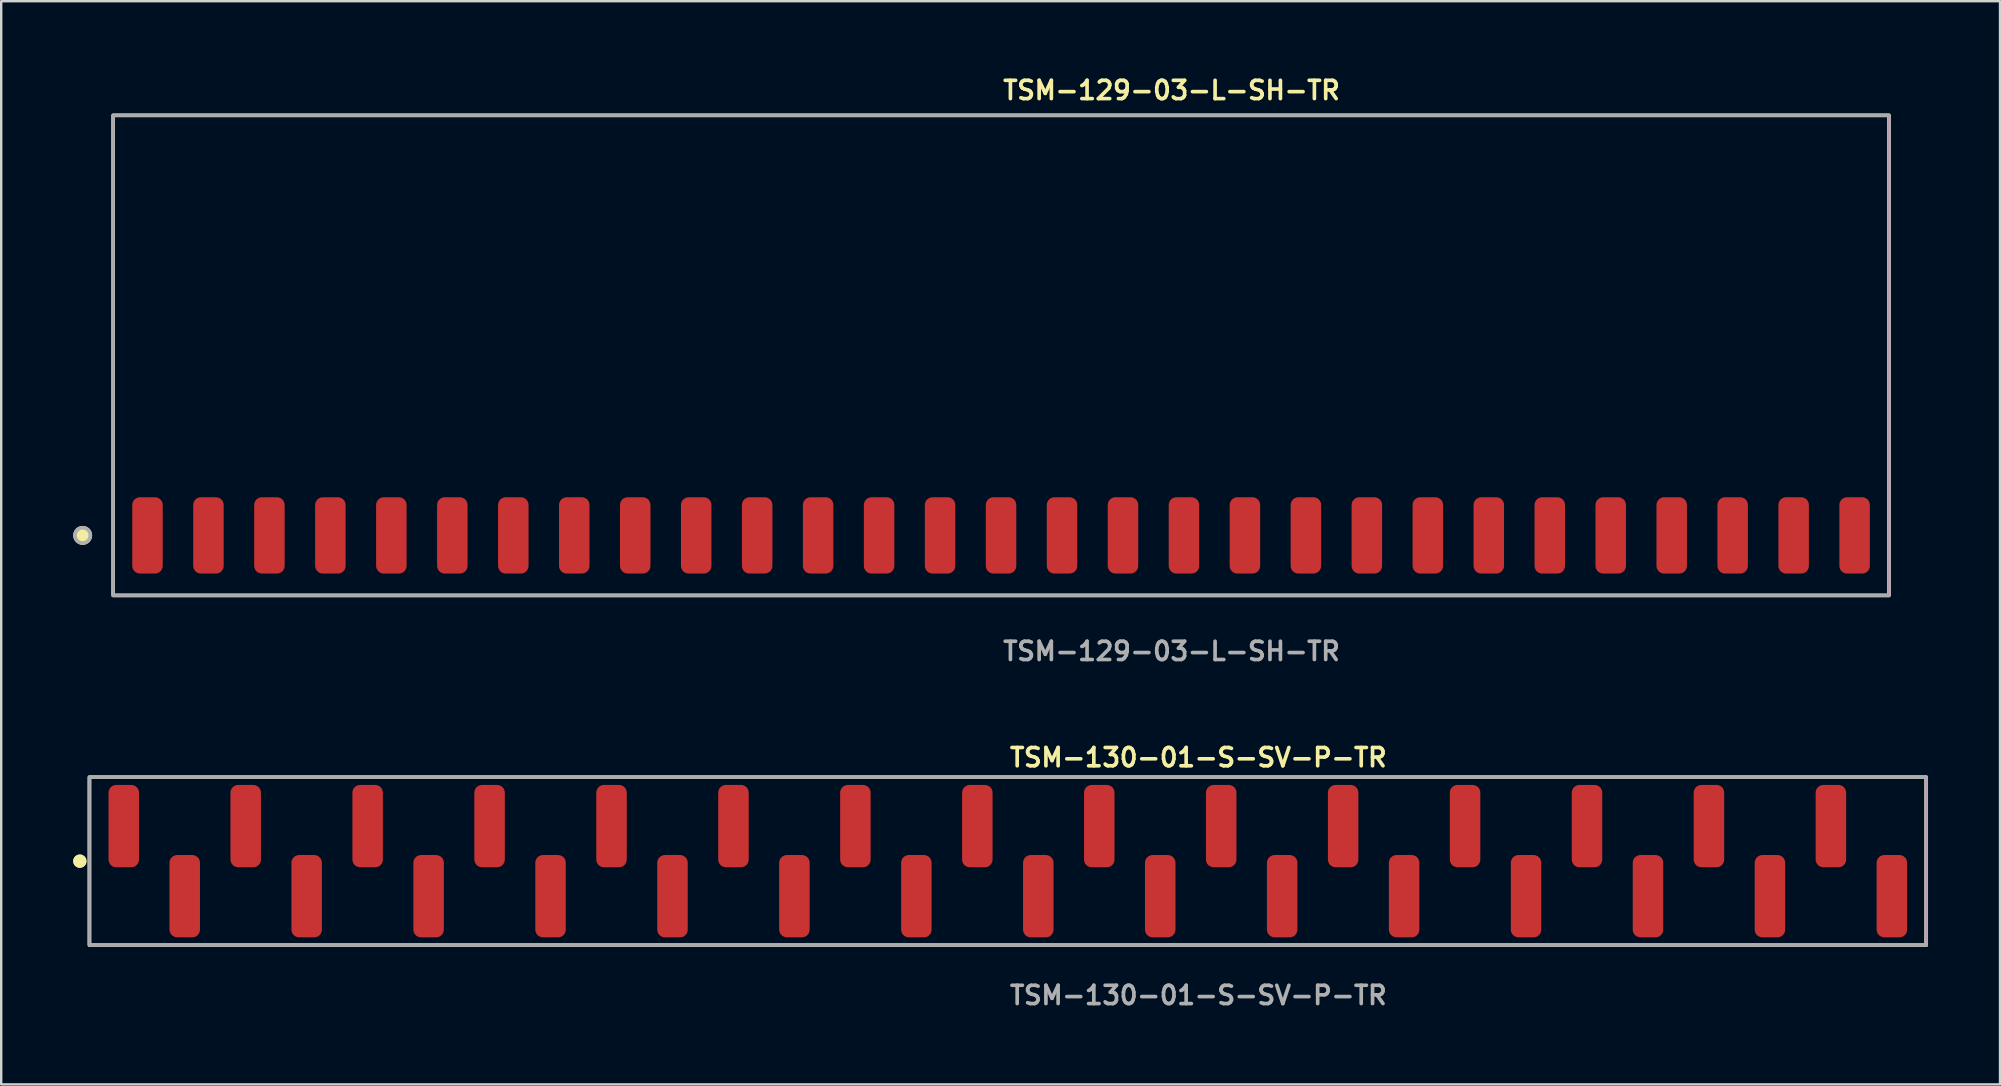
<source format=kicad_pcb>
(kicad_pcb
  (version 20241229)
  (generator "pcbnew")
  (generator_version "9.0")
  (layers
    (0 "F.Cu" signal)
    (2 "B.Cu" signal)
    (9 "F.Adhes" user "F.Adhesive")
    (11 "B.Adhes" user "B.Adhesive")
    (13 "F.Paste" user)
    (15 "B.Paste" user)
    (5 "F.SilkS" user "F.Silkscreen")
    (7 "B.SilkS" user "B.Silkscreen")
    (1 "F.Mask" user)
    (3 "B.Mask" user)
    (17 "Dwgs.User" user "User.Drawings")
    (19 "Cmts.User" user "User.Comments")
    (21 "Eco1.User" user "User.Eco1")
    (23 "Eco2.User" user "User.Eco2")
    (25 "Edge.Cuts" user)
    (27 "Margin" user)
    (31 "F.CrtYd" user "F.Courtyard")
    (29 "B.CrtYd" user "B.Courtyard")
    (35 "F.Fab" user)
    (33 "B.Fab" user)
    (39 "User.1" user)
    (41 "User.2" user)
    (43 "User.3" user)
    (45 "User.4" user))
  (footprint "TSM-130-01-S-SV-P-TR"
    (layer "F.Cu")
    (at 38.936 32.826)
    (property "Reference" "TSM-130-01-S-SV-P-TR" (at 0 -4.318 0) (unlocked yes) (layer "F.SilkS") (effects (font (size 0.762 0.762) (thickness 0.152)) (justify left)))
    (fp_rect (start -38.26 3.5) (end 38.26 -3.5) (stroke (width 0.152) (type solid)) (fill no) (layer "F.SilkS"))
    (fp_circle (center -38.66 0) (end -38.86 0) (stroke (width 0.152) (type solid)) (fill yes) (layer "F.SilkS"))
    (fp_circle (center -38.66 0) (end -38.86 0) (stroke (width 0.152) (type solid)) (fill yes) (layer "F.SilkS"))
    (fp_rect (start -38.26 3.5) (end 38.26 -3.5) (stroke (width 0.006) (type solid)) (fill no) (layer "F.CrtYd"))
    (fp_rect (start -38.26 3.5) (end 38.26 -3.5) (stroke (width 0.152) (type solid)) (fill no) (layer "F.Fab"))
    (fp_text user "${REFERENCE}" (at 0 5.588 0) (unlocked yes) (layer "F.Fab") (effects (font (size 0.762 0.762) (thickness 0.152)) (justify left)))
    (pad "1" smd roundrect (at -36.83 -1.46) (size 1.27 3.43) (layers "F.Cu" "F.Paste") (roundrect_rratio 0.25))
    (pad "2" smd roundrect (at -34.29 1.46) (size 1.27 3.43) (layers "F.Cu" "F.Paste") (roundrect_rratio 0.25))
    (pad "3" smd roundrect (at -31.75 -1.46) (size 1.27 3.43) (layers "F.Cu" "F.Paste") (roundrect_rratio 0.25))
    (pad "4" smd roundrect (at -29.21 1.46) (size 1.27 3.43) (layers "F.Cu" "F.Paste") (roundrect_rratio 0.25))
    (pad "5" smd roundrect (at -26.67 -1.46) (size 1.27 3.43) (layers "F.Cu" "F.Paste") (roundrect_rratio 0.25))
    (pad "6" smd roundrect (at -24.13 1.46) (size 1.27 3.43) (layers "F.Cu" "F.Paste") (roundrect_rratio 0.25))
    (pad "7" smd roundrect (at -21.59 -1.46) (size 1.27 3.43) (layers "F.Cu" "F.Paste") (roundrect_rratio 0.25))
    (pad "8" smd roundrect (at -19.05 1.46) (size 1.27 3.43) (layers "F.Cu" "F.Paste") (roundrect_rratio 0.25))
    (pad "9" smd roundrect (at -16.51 -1.46) (size 1.27 3.43) (layers "F.Cu" "F.Paste") (roundrect_rratio 0.25))
    (pad "10" smd roundrect (at -13.97 1.46) (size 1.27 3.43) (layers "F.Cu" "F.Paste") (roundrect_rratio 0.25))
    (pad "11" smd roundrect (at -11.43 -1.46) (size 1.27 3.43) (layers "F.Cu" "F.Paste") (roundrect_rratio 0.25))
    (pad "12" smd roundrect (at -8.89 1.46) (size 1.27 3.43) (layers "F.Cu" "F.Paste") (roundrect_rratio 0.25))
    (pad "13" smd roundrect (at -6.35 -1.46) (size 1.27 3.43) (layers "F.Cu" "F.Paste") (roundrect_rratio 0.25))
    (pad "14" smd roundrect (at -3.81 1.46) (size 1.27 3.43) (layers "F.Cu" "F.Paste") (roundrect_rratio 0.25))
    (pad "15" smd roundrect (at -1.27 -1.46) (size 1.27 3.43) (layers "F.Cu" "F.Paste") (roundrect_rratio 0.25))
    (pad "16" smd roundrect (at 1.27 1.46) (size 1.27 3.43) (layers "F.Cu" "F.Paste") (roundrect_rratio 0.25))
    (pad "17" smd roundrect (at 3.81 -1.46) (size 1.27 3.43) (layers "F.Cu" "F.Paste") (roundrect_rratio 0.25))
    (pad "18" smd roundrect (at 6.35 1.46) (size 1.27 3.43) (layers "F.Cu" "F.Paste") (roundrect_rratio 0.25))
    (pad "19" smd roundrect (at 8.89 -1.46) (size 1.27 3.43) (layers "F.Cu" "F.Paste") (roundrect_rratio 0.25))
    (pad "20" smd roundrect (at 11.43 1.46) (size 1.27 3.43) (layers "F.Cu" "F.Paste") (roundrect_rratio 0.25))
    (pad "21" smd roundrect (at 13.97 -1.46) (size 1.27 3.43) (layers "F.Cu" "F.Paste") (roundrect_rratio 0.25))
    (pad "22" smd roundrect (at 16.51 1.46) (size 1.27 3.43) (layers "F.Cu" "F.Paste") (roundrect_rratio 0.25))
    (pad "23" smd roundrect (at 19.05 -1.46) (size 1.27 3.43) (layers "F.Cu" "F.Paste") (roundrect_rratio 0.25))
    (pad "24" smd roundrect (at 21.59 1.46) (size 1.27 3.43) (layers "F.Cu" "F.Paste") (roundrect_rratio 0.25))
    (pad "25" smd roundrect (at 24.13 -1.46) (size 1.27 3.43) (layers "F.Cu" "F.Paste") (roundrect_rratio 0.25))
    (pad "26" smd roundrect (at 26.67 1.46) (size 1.27 3.43) (layers "F.Cu" "F.Paste") (roundrect_rratio 0.25))
    (pad "27" smd roundrect (at 29.21 -1.46) (size 1.27 3.43) (layers "F.Cu" "F.Paste") (roundrect_rratio 0.25))
    (pad "28" smd roundrect (at 31.75 1.46) (size 1.27 3.43) (layers "F.Cu" "F.Paste") (roundrect_rratio 0.25))
    (pad "29" smd roundrect (at 34.29 -1.46) (size 1.27 3.43) (layers "F.Cu" "F.Paste") (roundrect_rratio 0.25))
    (pad "30" smd roundrect (at 36.83 1.46) (size 1.27 3.43) (layers "F.Cu" "F.Paste") (roundrect_rratio 0.25)))
  (footprint "TSM-129-03-L-SH-TR"
    (layer "F.Cu")
    (at 38.654 19.255)
    (property "Reference" "TSM-129-03-L-SH-TR" (at 0 -18.542 0) (unlocked yes) (layer "F.SilkS") (effects (font (size 0.762 0.762) (thickness 0.152)) (justify left)))
    (fp_rect (start -36.99 2.5) (end 36.99 -17.5) (stroke (width 0.152) (type solid)) (fill no) (layer "F.SilkS"))
    (fp_circle (center -38.26 0) (end -38.578 0) (stroke (width 0.152) (type solid)) (fill yes) (layer "F.SilkS"))
    (fp_rect (start -36.99 2.5) (end 36.99 -17.5) (stroke (width 0.006) (type solid)) (fill no) (layer "F.CrtYd"))
    (fp_rect (start -36.99 2.5) (end 36.99 -17.5) (stroke (width 0.152) (type solid)) (fill no) (layer "F.Fab"))
    (fp_circle (center -38.26 0) (end -38.578 0) (stroke (width 0.152) (type solid)) (fill no) (layer "F.Fab"))
    (fp_text user "${REFERENCE}" (at 0 4.826 0) (unlocked yes) (layer "F.Fab") (effects (font (size 0.762 0.762) (thickness 0.152)) (justify left)))
    (pad "1" smd roundrect (at -35.56 0) (size 1.27 3.18) (layers "F.Cu" "F.Paste") (roundrect_rratio 0.25))
    (pad "2" smd roundrect (at -33.02 0) (size 1.27 3.18) (layers "F.Cu" "F.Paste") (roundrect_rratio 0.25))
    (pad "3" smd roundrect (at -30.48 0) (size 1.27 3.18) (layers "F.Cu" "F.Paste") (roundrect_rratio 0.25))
    (pad "4" smd roundrect (at -27.94 0) (size 1.27 3.18) (layers "F.Cu" "F.Paste") (roundrect_rratio 0.25))
    (pad "5" smd roundrect (at -25.4 0) (size 1.27 3.18) (layers "F.Cu" "F.Paste") (roundrect_rratio 0.25))
    (pad "6" smd roundrect (at -22.86 0) (size 1.27 3.18) (layers "F.Cu" "F.Paste") (roundrect_rratio 0.25))
    (pad "7" smd roundrect (at -20.32 0) (size 1.27 3.18) (layers "F.Cu" "F.Paste") (roundrect_rratio 0.25))
    (pad "8" smd roundrect (at -17.78 0) (size 1.27 3.18) (layers "F.Cu" "F.Paste") (roundrect_rratio 0.25))
    (pad "9" smd roundrect (at -15.24 0) (size 1.27 3.18) (layers "F.Cu" "F.Paste") (roundrect_rratio 0.25))
    (pad "10" smd roundrect (at -12.7 0) (size 1.27 3.18) (layers "F.Cu" "F.Paste") (roundrect_rratio 0.25))
    (pad "11" smd roundrect (at -10.16 0) (size 1.27 3.18) (layers "F.Cu" "F.Paste") (roundrect_rratio 0.25))
    (pad "12" smd roundrect (at -7.62 0) (size 1.27 3.18) (layers "F.Cu" "F.Paste") (roundrect_rratio 0.25))
    (pad "13" smd roundrect (at -5.08 0) (size 1.27 3.18) (layers "F.Cu" "F.Paste") (roundrect_rratio 0.25))
    (pad "14" smd roundrect (at -2.54 0) (size 1.27 3.18) (layers "F.Cu" "F.Paste") (roundrect_rratio 0.25))
    (pad "15" smd roundrect (at 0 0) (size 1.27 3.18) (layers "F.Cu" "F.Paste") (roundrect_rratio 0.25))
    (pad "16" smd roundrect (at 2.54 0) (size 1.27 3.18) (layers "F.Cu" "F.Paste") (roundrect_rratio 0.25))
    (pad "17" smd roundrect (at 5.08 0) (size 1.27 3.18) (layers "F.Cu" "F.Paste") (roundrect_rratio 0.25))
    (pad "18" smd roundrect (at 7.62 0) (size 1.27 3.18) (layers "F.Cu" "F.Paste") (roundrect_rratio 0.25))
    (pad "19" smd roundrect (at 10.16 0) (size 1.27 3.18) (layers "F.Cu" "F.Paste") (roundrect_rratio 0.25))
    (pad "20" smd roundrect (at 12.7 0) (size 1.27 3.18) (layers "F.Cu" "F.Paste") (roundrect_rratio 0.25))
    (pad "21" smd roundrect (at 15.24 0) (size 1.27 3.18) (layers "F.Cu" "F.Paste") (roundrect_rratio 0.25))
    (pad "22" smd roundrect (at 17.78 0) (size 1.27 3.18) (layers "F.Cu" "F.Paste") (roundrect_rratio 0.25))
    (pad "23" smd roundrect (at 20.32 0) (size 1.27 3.18) (layers "F.Cu" "F.Paste") (roundrect_rratio 0.25))
    (pad "24" smd roundrect (at 22.86 0) (size 1.27 3.18) (layers "F.Cu" "F.Paste") (roundrect_rratio 0.25))
    (pad "25" smd roundrect (at 25.4 0) (size 1.27 3.18) (layers "F.Cu" "F.Paste") (roundrect_rratio 0.25))
    (pad "26" smd roundrect (at 27.94 0) (size 1.27 3.18) (layers "F.Cu" "F.Paste") (roundrect_rratio 0.25))
    (pad "27" smd roundrect (at 30.48 0) (size 1.27 3.18) (layers "F.Cu" "F.Paste") (roundrect_rratio 0.25))
    (pad "28" smd roundrect (at 33.02 0) (size 1.27 3.18) (layers "F.Cu" "F.Paste") (roundrect_rratio 0.25))
    (pad "29" smd roundrect (at 35.56 0) (size 1.27 3.18) (layers "F.Cu" "F.Paste") (roundrect_rratio 0.25)))
  (gr_rect
    (start -3 -3)
    (end 80.272 42.127)
    (stroke (width 0.1) (type default))
    (fill no)
    (layer "Edge.Cuts")))
</source>
